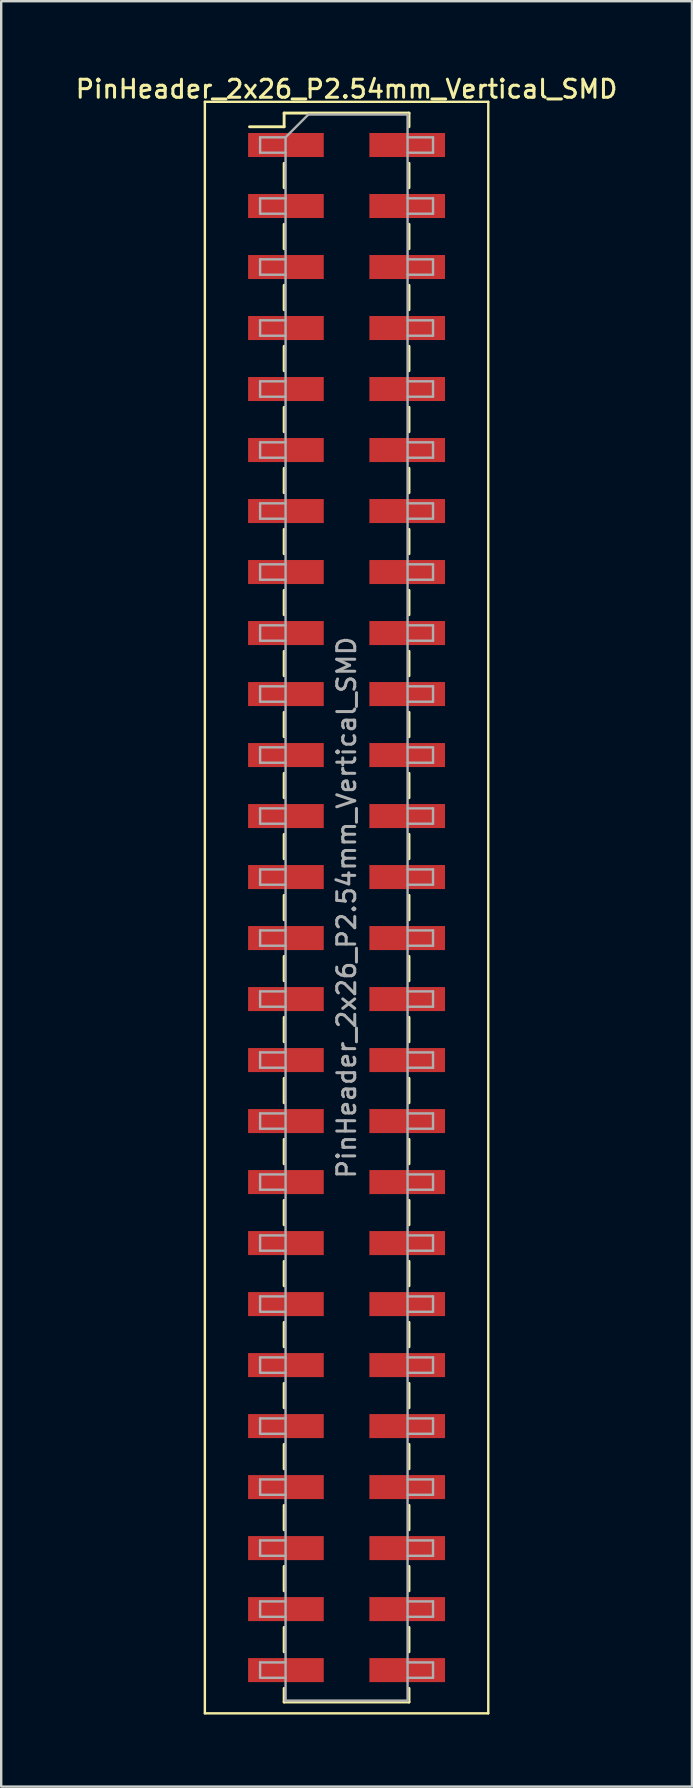
<source format=kicad_pcb>
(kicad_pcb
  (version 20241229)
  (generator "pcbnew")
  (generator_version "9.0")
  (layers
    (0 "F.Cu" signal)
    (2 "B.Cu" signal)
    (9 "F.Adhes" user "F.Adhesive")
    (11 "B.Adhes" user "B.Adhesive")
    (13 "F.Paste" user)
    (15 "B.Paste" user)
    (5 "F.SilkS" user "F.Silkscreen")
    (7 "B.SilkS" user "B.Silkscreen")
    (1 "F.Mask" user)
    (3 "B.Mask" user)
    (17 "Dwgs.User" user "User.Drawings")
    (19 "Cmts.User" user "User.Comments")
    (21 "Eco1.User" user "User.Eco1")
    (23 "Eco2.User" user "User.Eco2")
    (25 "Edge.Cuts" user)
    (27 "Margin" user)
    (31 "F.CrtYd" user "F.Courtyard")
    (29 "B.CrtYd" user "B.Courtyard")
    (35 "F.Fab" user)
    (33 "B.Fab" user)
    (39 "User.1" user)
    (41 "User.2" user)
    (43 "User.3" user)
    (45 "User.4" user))
  (footprint "PinHeader_2x26_P2.54mm_Vertical_SMD"
    (layer "F.Cu")
    (at 11.38 34.738)
    (property "Reference" "PinHeader_2x26_P2.54mm_Vertical_SMD" (at 0 -34.08 0) (layer "F.SilkS") (effects (font (size 0.75 0.75) (thickness 0.125))))
    (attr smd)
    (fp_line (start -5.9 -33.55) (end -5.9 33.55) (stroke (width 0.1) (type solid)) (layer "F.SilkS"))
    (fp_line (start -5.9 33.55) (end 5.9 33.55) (stroke (width 0.1) (type solid)) (layer "F.SilkS"))
    (fp_line (start -4.04 -32.51) (end -2.6 -32.51) (stroke (width 0.12) (type solid)) (layer "F.SilkS"))
    (fp_line (start -2.6 -33.08) (end -2.6 -32.51) (stroke (width 0.12) (type solid)) (layer "F.SilkS"))
    (fp_line (start -2.6 -33.08) (end 2.6 -33.08) (stroke (width 0.12) (type solid)) (layer "F.SilkS"))
    (fp_line (start -2.6 -30.99) (end -2.6 -29.97) (stroke (width 0.12) (type solid)) (layer "F.SilkS"))
    (fp_line (start -2.6 -28.45) (end -2.6 -27.43) (stroke (width 0.12) (type solid)) (layer "F.SilkS"))
    (fp_line (start -2.6 -25.91) (end -2.6 -24.89) (stroke (width 0.12) (type solid)) (layer "F.SilkS"))
    (fp_line (start -2.6 -23.37) (end -2.6 -22.35) (stroke (width 0.12) (type solid)) (layer "F.SilkS"))
    (fp_line (start -2.6 -20.83) (end -2.6 -19.81) (stroke (width 0.12) (type solid)) (layer "F.SilkS"))
    (fp_line (start -2.6 -18.29) (end -2.6 -17.27) (stroke (width 0.12) (type solid)) (layer "F.SilkS"))
    (fp_line (start -2.6 -15.75) (end -2.6 -14.73) (stroke (width 0.12) (type solid)) (layer "F.SilkS"))
    (fp_line (start -2.6 -13.21) (end -2.6 -12.19) (stroke (width 0.12) (type solid)) (layer "F.SilkS"))
    (fp_line (start -2.6 -10.67) (end -2.6 -9.65) (stroke (width 0.12) (type solid)) (layer "F.SilkS"))
    (fp_line (start -2.6 -8.13) (end -2.6 -7.11) (stroke (width 0.12) (type solid)) (layer "F.SilkS"))
    (fp_line (start -2.6 -5.59) (end -2.6 -4.57) (stroke (width 0.12) (type solid)) (layer "F.SilkS"))
    (fp_line (start -2.6 -3.05) (end -2.6 -2.03) (stroke (width 0.12) (type solid)) (layer "F.SilkS"))
    (fp_line (start -2.6 -0.51) (end -2.6 0.51) (stroke (width 0.12) (type solid)) (layer "F.SilkS"))
    (fp_line (start -2.6 2.03) (end -2.6 3.05) (stroke (width 0.12) (type solid)) (layer "F.SilkS"))
    (fp_line (start -2.6 4.57) (end -2.6 5.59) (stroke (width 0.12) (type solid)) (layer "F.SilkS"))
    (fp_line (start -2.6 7.11) (end -2.6 8.13) (stroke (width 0.12) (type solid)) (layer "F.SilkS"))
    (fp_line (start -2.6 9.65) (end -2.6 10.67) (stroke (width 0.12) (type solid)) (layer "F.SilkS"))
    (fp_line (start -2.6 12.19) (end -2.6 13.21) (stroke (width 0.12) (type solid)) (layer "F.SilkS"))
    (fp_line (start -2.6 14.73) (end -2.6 15.75) (stroke (width 0.12) (type solid)) (layer "F.SilkS"))
    (fp_line (start -2.6 17.27) (end -2.6 18.29) (stroke (width 0.12) (type solid)) (layer "F.SilkS"))
    (fp_line (start -2.6 19.81) (end -2.6 20.83) (stroke (width 0.12) (type solid)) (layer "F.SilkS"))
    (fp_line (start -2.6 22.35) (end -2.6 23.37) (stroke (width 0.12) (type solid)) (layer "F.SilkS"))
    (fp_line (start -2.6 24.89) (end -2.6 25.91) (stroke (width 0.12) (type solid)) (layer "F.SilkS"))
    (fp_line (start -2.6 27.43) (end -2.6 28.45) (stroke (width 0.12) (type solid)) (layer "F.SilkS"))
    (fp_line (start -2.6 29.97) (end -2.6 30.99) (stroke (width 0.12) (type solid)) (layer "F.SilkS"))
    (fp_line (start -2.6 32.51) (end -2.6 33.08) (stroke (width 0.12) (type solid)) (layer "F.SilkS"))
    (fp_line (start -2.6 33.08) (end 2.6 33.08) (stroke (width 0.12) (type solid)) (layer "F.SilkS"))
    (fp_line (start 2.6 -33.08) (end 2.6 -32.51) (stroke (width 0.12) (type solid)) (layer "F.SilkS"))
    (fp_line (start 2.6 -30.99) (end 2.6 -29.97) (stroke (width 0.12) (type solid)) (layer "F.SilkS"))
    (fp_line (start 2.6 -28.45) (end 2.6 -27.43) (stroke (width 0.12) (type solid)) (layer "F.SilkS"))
    (fp_line (start 2.6 -25.91) (end 2.6 -24.89) (stroke (width 0.12) (type solid)) (layer "F.SilkS"))
    (fp_line (start 2.6 -23.37) (end 2.6 -22.35) (stroke (width 0.12) (type solid)) (layer "F.SilkS"))
    (fp_line (start 2.6 -20.83) (end 2.6 -19.81) (stroke (width 0.12) (type solid)) (layer "F.SilkS"))
    (fp_line (start 2.6 -18.29) (end 2.6 -17.27) (stroke (width 0.12) (type solid)) (layer "F.SilkS"))
    (fp_line (start 2.6 -15.75) (end 2.6 -14.73) (stroke (width 0.12) (type solid)) (layer "F.SilkS"))
    (fp_line (start 2.6 -13.21) (end 2.6 -12.19) (stroke (width 0.12) (type solid)) (layer "F.SilkS"))
    (fp_line (start 2.6 -10.67) (end 2.6 -9.65) (stroke (width 0.12) (type solid)) (layer "F.SilkS"))
    (fp_line (start 2.6 -8.13) (end 2.6 -7.11) (stroke (width 0.12) (type solid)) (layer "F.SilkS"))
    (fp_line (start 2.6 -5.59) (end 2.6 -4.57) (stroke (width 0.12) (type solid)) (layer "F.SilkS"))
    (fp_line (start 2.6 -3.05) (end 2.6 -2.03) (stroke (width 0.12) (type solid)) (layer "F.SilkS"))
    (fp_line (start 2.6 -0.51) (end 2.6 0.51) (stroke (width 0.12) (type solid)) (layer "F.SilkS"))
    (fp_line (start 2.6 2.03) (end 2.6 3.05) (stroke (width 0.12) (type solid)) (layer "F.SilkS"))
    (fp_line (start 2.6 4.57) (end 2.6 5.59) (stroke (width 0.12) (type solid)) (layer "F.SilkS"))
    (fp_line (start 2.6 7.11) (end 2.6 8.13) (stroke (width 0.12) (type solid)) (layer "F.SilkS"))
    (fp_line (start 2.6 9.65) (end 2.6 10.67) (stroke (width 0.12) (type solid)) (layer "F.SilkS"))
    (fp_line (start 2.6 12.19) (end 2.6 13.21) (stroke (width 0.12) (type solid)) (layer "F.SilkS"))
    (fp_line (start 2.6 14.73) (end 2.6 15.75) (stroke (width 0.12) (type solid)) (layer "F.SilkS"))
    (fp_line (start 2.6 17.27) (end 2.6 18.29) (stroke (width 0.12) (type solid)) (layer "F.SilkS"))
    (fp_line (start 2.6 19.81) (end 2.6 20.83) (stroke (width 0.12) (type solid)) (layer "F.SilkS"))
    (fp_line (start 2.6 22.35) (end 2.6 23.37) (stroke (width 0.12) (type solid)) (layer "F.SilkS"))
    (fp_line (start 2.6 24.89) (end 2.6 25.91) (stroke (width 0.12) (type solid)) (layer "F.SilkS"))
    (fp_line (start 2.6 27.43) (end 2.6 28.45) (stroke (width 0.12) (type solid)) (layer "F.SilkS"))
    (fp_line (start 2.6 29.97) (end 2.6 30.99) (stroke (width 0.12) (type solid)) (layer "F.SilkS"))
    (fp_line (start 2.6 32.51) (end 2.6 33.08) (stroke (width 0.12) (type solid)) (layer "F.SilkS"))
    (fp_line (start 5.9 -33.55) (end -5.9 -33.55) (stroke (width 0.1) (type solid)) (layer "F.SilkS"))
    (fp_line (start 5.9 33.55) (end 5.9 -33.55) (stroke (width 0.1) (type solid)) (layer "F.SilkS"))
    (fp_line (start -3.6 -32.07) (end -3.6 -31.43) (stroke (width 0.1) (type solid)) (layer "F.Fab"))
    (fp_line (start -3.6 -31.43) (end -2.54 -31.43) (stroke (width 0.1) (type solid)) (layer "F.Fab"))
    (fp_line (start -3.6 -29.53) (end -3.6 -28.89) (stroke (width 0.1) (type solid)) (layer "F.Fab"))
    (fp_line (start -3.6 -28.89) (end -2.54 -28.89) (stroke (width 0.1) (type solid)) (layer "F.Fab"))
    (fp_line (start -3.6 -26.99) (end -3.6 -26.35) (stroke (width 0.1) (type solid)) (layer "F.Fab"))
    (fp_line (start -3.6 -26.35) (end -2.54 -26.35) (stroke (width 0.1) (type solid)) (layer "F.Fab"))
    (fp_line (start -3.6 -24.45) (end -3.6 -23.81) (stroke (width 0.1) (type solid)) (layer "F.Fab"))
    (fp_line (start -3.6 -23.81) (end -2.54 -23.81) (stroke (width 0.1) (type solid)) (layer "F.Fab"))
    (fp_line (start -3.6 -21.91) (end -3.6 -21.27) (stroke (width 0.1) (type solid)) (layer "F.Fab"))
    (fp_line (start -3.6 -21.27) (end -2.54 -21.27) (stroke (width 0.1) (type solid)) (layer "F.Fab"))
    (fp_line (start -3.6 -19.37) (end -3.6 -18.73) (stroke (width 0.1) (type solid)) (layer "F.Fab"))
    (fp_line (start -3.6 -18.73) (end -2.54 -18.73) (stroke (width 0.1) (type solid)) (layer "F.Fab"))
    (fp_line (start -3.6 -16.83) (end -3.6 -16.19) (stroke (width 0.1) (type solid)) (layer "F.Fab"))
    (fp_line (start -3.6 -16.19) (end -2.54 -16.19) (stroke (width 0.1) (type solid)) (layer "F.Fab"))
    (fp_line (start -3.6 -14.29) (end -3.6 -13.65) (stroke (width 0.1) (type solid)) (layer "F.Fab"))
    (fp_line (start -3.6 -13.65) (end -2.54 -13.65) (stroke (width 0.1) (type solid)) (layer "F.Fab"))
    (fp_line (start -3.6 -11.75) (end -3.6 -11.11) (stroke (width 0.1) (type solid)) (layer "F.Fab"))
    (fp_line (start -3.6 -11.11) (end -2.54 -11.11) (stroke (width 0.1) (type solid)) (layer "F.Fab"))
    (fp_line (start -3.6 -9.21) (end -3.6 -8.57) (stroke (width 0.1) (type solid)) (layer "F.Fab"))
    (fp_line (start -3.6 -8.57) (end -2.54 -8.57) (stroke (width 0.1) (type solid)) (layer "F.Fab"))
    (fp_line (start -3.6 -6.67) (end -3.6 -6.03) (stroke (width 0.1) (type solid)) (layer "F.Fab"))
    (fp_line (start -3.6 -6.03) (end -2.54 -6.03) (stroke (width 0.1) (type solid)) (layer "F.Fab"))
    (fp_line (start -3.6 -4.13) (end -3.6 -3.49) (stroke (width 0.1) (type solid)) (layer "F.Fab"))
    (fp_line (start -3.6 -3.49) (end -2.54 -3.49) (stroke (width 0.1) (type solid)) (layer "F.Fab"))
    (fp_line (start -3.6 -1.59) (end -3.6 -0.95) (stroke (width 0.1) (type solid)) (layer "F.Fab"))
    (fp_line (start -3.6 -0.95) (end -2.54 -0.95) (stroke (width 0.1) (type solid)) (layer "F.Fab"))
    (fp_line (start -3.6 0.95) (end -3.6 1.59) (stroke (width 0.1) (type solid)) (layer "F.Fab"))
    (fp_line (start -3.6 1.59) (end -2.54 1.59) (stroke (width 0.1) (type solid)) (layer "F.Fab"))
    (fp_line (start -3.6 3.49) (end -3.6 4.13) (stroke (width 0.1) (type solid)) (layer "F.Fab"))
    (fp_line (start -3.6 4.13) (end -2.54 4.13) (stroke (width 0.1) (type solid)) (layer "F.Fab"))
    (fp_line (start -3.6 6.03) (end -3.6 6.67) (stroke (width 0.1) (type solid)) (layer "F.Fab"))
    (fp_line (start -3.6 6.67) (end -2.54 6.67) (stroke (width 0.1) (type solid)) (layer "F.Fab"))
    (fp_line (start -3.6 8.57) (end -3.6 9.21) (stroke (width 0.1) (type solid)) (layer "F.Fab"))
    (fp_line (start -3.6 9.21) (end -2.54 9.21) (stroke (width 0.1) (type solid)) (layer "F.Fab"))
    (fp_line (start -3.6 11.11) (end -3.6 11.75) (stroke (width 0.1) (type solid)) (layer "F.Fab"))
    (fp_line (start -3.6 11.75) (end -2.54 11.75) (stroke (width 0.1) (type solid)) (layer "F.Fab"))
    (fp_line (start -3.6 13.65) (end -3.6 14.29) (stroke (width 0.1) (type solid)) (layer "F.Fab"))
    (fp_line (start -3.6 14.29) (end -2.54 14.29) (stroke (width 0.1) (type solid)) (layer "F.Fab"))
    (fp_line (start -3.6 16.19) (end -3.6 16.83) (stroke (width 0.1) (type solid)) (layer "F.Fab"))
    (fp_line (start -3.6 16.83) (end -2.54 16.83) (stroke (width 0.1) (type solid)) (layer "F.Fab"))
    (fp_line (start -3.6 18.73) (end -3.6 19.37) (stroke (width 0.1) (type solid)) (layer "F.Fab"))
    (fp_line (start -3.6 19.37) (end -2.54 19.37) (stroke (width 0.1) (type solid)) (layer "F.Fab"))
    (fp_line (start -3.6 21.27) (end -3.6 21.91) (stroke (width 0.1) (type solid)) (layer "F.Fab"))
    (fp_line (start -3.6 21.91) (end -2.54 21.91) (stroke (width 0.1) (type solid)) (layer "F.Fab"))
    (fp_line (start -3.6 23.81) (end -3.6 24.45) (stroke (width 0.1) (type solid)) (layer "F.Fab"))
    (fp_line (start -3.6 24.45) (end -2.54 24.45) (stroke (width 0.1) (type solid)) (layer "F.Fab"))
    (fp_line (start -3.6 26.35) (end -3.6 26.99) (stroke (width 0.1) (type solid)) (layer "F.Fab"))
    (fp_line (start -3.6 26.99) (end -2.54 26.99) (stroke (width 0.1) (type solid)) (layer "F.Fab"))
    (fp_line (start -3.6 28.89) (end -3.6 29.53) (stroke (width 0.1) (type solid)) (layer "F.Fab"))
    (fp_line (start -3.6 29.53) (end -2.54 29.53) (stroke (width 0.1) (type solid)) (layer "F.Fab"))
    (fp_line (start -3.6 31.43) (end -3.6 32.07) (stroke (width 0.1) (type solid)) (layer "F.Fab"))
    (fp_line (start -3.6 32.07) (end -2.54 32.07) (stroke (width 0.1) (type solid)) (layer "F.Fab"))
    (fp_line (start -2.54 -32.07) (end -3.6 -32.07) (stroke (width 0.1) (type solid)) (layer "F.Fab"))
    (fp_line (start -2.54 -32.07) (end -1.59 -33.02) (stroke (width 0.1) (type solid)) (layer "F.Fab"))
    (fp_line (start -2.54 -29.53) (end -3.6 -29.53) (stroke (width 0.1) (type solid)) (layer "F.Fab"))
    (fp_line (start -2.54 -26.99) (end -3.6 -26.99) (stroke (width 0.1) (type solid)) (layer "F.Fab"))
    (fp_line (start -2.54 -24.45) (end -3.6 -24.45) (stroke (width 0.1) (type solid)) (layer "F.Fab"))
    (fp_line (start -2.54 -21.91) (end -3.6 -21.91) (stroke (width 0.1) (type solid)) (layer "F.Fab"))
    (fp_line (start -2.54 -19.37) (end -3.6 -19.37) (stroke (width 0.1) (type solid)) (layer "F.Fab"))
    (fp_line (start -2.54 -16.83) (end -3.6 -16.83) (stroke (width 0.1) (type solid)) (layer "F.Fab"))
    (fp_line (start -2.54 -14.29) (end -3.6 -14.29) (stroke (width 0.1) (type solid)) (layer "F.Fab"))
    (fp_line (start -2.54 -11.75) (end -3.6 -11.75) (stroke (width 0.1) (type solid)) (layer "F.Fab"))
    (fp_line (start -2.54 -9.21) (end -3.6 -9.21) (stroke (width 0.1) (type solid)) (layer "F.Fab"))
    (fp_line (start -2.54 -6.67) (end -3.6 -6.67) (stroke (width 0.1) (type solid)) (layer "F.Fab"))
    (fp_line (start -2.54 -4.13) (end -3.6 -4.13) (stroke (width 0.1) (type solid)) (layer "F.Fab"))
    (fp_line (start -2.54 -1.59) (end -3.6 -1.59) (stroke (width 0.1) (type solid)) (layer "F.Fab"))
    (fp_line (start -2.54 0.95) (end -3.6 0.95) (stroke (width 0.1) (type solid)) (layer "F.Fab"))
    (fp_line (start -2.54 3.49) (end -3.6 3.49) (stroke (width 0.1) (type solid)) (layer "F.Fab"))
    (fp_line (start -2.54 6.03) (end -3.6 6.03) (stroke (width 0.1) (type solid)) (layer "F.Fab"))
    (fp_line (start -2.54 8.57) (end -3.6 8.57) (stroke (width 0.1) (type solid)) (layer "F.Fab"))
    (fp_line (start -2.54 11.11) (end -3.6 11.11) (stroke (width 0.1) (type solid)) (layer "F.Fab"))
    (fp_line (start -2.54 13.65) (end -3.6 13.65) (stroke (width 0.1) (type solid)) (layer "F.Fab"))
    (fp_line (start -2.54 16.19) (end -3.6 16.19) (stroke (width 0.1) (type solid)) (layer "F.Fab"))
    (fp_line (start -2.54 18.73) (end -3.6 18.73) (stroke (width 0.1) (type solid)) (layer "F.Fab"))
    (fp_line (start -2.54 21.27) (end -3.6 21.27) (stroke (width 0.1) (type solid)) (layer "F.Fab"))
    (fp_line (start -2.54 23.81) (end -3.6 23.81) (stroke (width 0.1) (type solid)) (layer "F.Fab"))
    (fp_line (start -2.54 26.35) (end -3.6 26.35) (stroke (width 0.1) (type solid)) (layer "F.Fab"))
    (fp_line (start -2.54 28.89) (end -3.6 28.89) (stroke (width 0.1) (type solid)) (layer "F.Fab"))
    (fp_line (start -2.54 31.43) (end -3.6 31.43) (stroke (width 0.1) (type solid)) (layer "F.Fab"))
    (fp_line (start -2.54 33.02) (end -2.54 -32.07) (stroke (width 0.1) (type solid)) (layer "F.Fab"))
    (fp_line (start -1.59 -33.02) (end 2.54 -33.02) (stroke (width 0.1) (type solid)) (layer "F.Fab"))
    (fp_line (start 2.54 -33.02) (end 2.54 33.02) (stroke (width 0.1) (type solid)) (layer "F.Fab"))
    (fp_line (start 2.54 -32.07) (end 3.6 -32.07) (stroke (width 0.1) (type solid)) (layer "F.Fab"))
    (fp_line (start 2.54 -29.53) (end 3.6 -29.53) (stroke (width 0.1) (type solid)) (layer "F.Fab"))
    (fp_line (start 2.54 -26.99) (end 3.6 -26.99) (stroke (width 0.1) (type solid)) (layer "F.Fab"))
    (fp_line (start 2.54 -24.45) (end 3.6 -24.45) (stroke (width 0.1) (type solid)) (layer "F.Fab"))
    (fp_line (start 2.54 -21.91) (end 3.6 -21.91) (stroke (width 0.1) (type solid)) (layer "F.Fab"))
    (fp_line (start 2.54 -19.37) (end 3.6 -19.37) (stroke (width 0.1) (type solid)) (layer "F.Fab"))
    (fp_line (start 2.54 -16.83) (end 3.6 -16.83) (stroke (width 0.1) (type solid)) (layer "F.Fab"))
    (fp_line (start 2.54 -14.29) (end 3.6 -14.29) (stroke (width 0.1) (type solid)) (layer "F.Fab"))
    (fp_line (start 2.54 -11.75) (end 3.6 -11.75) (stroke (width 0.1) (type solid)) (layer "F.Fab"))
    (fp_line (start 2.54 -9.21) (end 3.6 -9.21) (stroke (width 0.1) (type solid)) (layer "F.Fab"))
    (fp_line (start 2.54 -6.67) (end 3.6 -6.67) (stroke (width 0.1) (type solid)) (layer "F.Fab"))
    (fp_line (start 2.54 -4.13) (end 3.6 -4.13) (stroke (width 0.1) (type solid)) (layer "F.Fab"))
    (fp_line (start 2.54 -1.59) (end 3.6 -1.59) (stroke (width 0.1) (type solid)) (layer "F.Fab"))
    (fp_line (start 2.54 0.95) (end 3.6 0.95) (stroke (width 0.1) (type solid)) (layer "F.Fab"))
    (fp_line (start 2.54 3.49) (end 3.6 3.49) (stroke (width 0.1) (type solid)) (layer "F.Fab"))
    (fp_line (start 2.54 6.03) (end 3.6 6.03) (stroke (width 0.1) (type solid)) (layer "F.Fab"))
    (fp_line (start 2.54 8.57) (end 3.6 8.57) (stroke (width 0.1) (type solid)) (layer "F.Fab"))
    (fp_line (start 2.54 11.11) (end 3.6 11.11) (stroke (width 0.1) (type solid)) (layer "F.Fab"))
    (fp_line (start 2.54 13.65) (end 3.6 13.65) (stroke (width 0.1) (type solid)) (layer "F.Fab"))
    (fp_line (start 2.54 16.19) (end 3.6 16.19) (stroke (width 0.1) (type solid)) (layer "F.Fab"))
    (fp_line (start 2.54 18.73) (end 3.6 18.73) (stroke (width 0.1) (type solid)) (layer "F.Fab"))
    (fp_line (start 2.54 21.27) (end 3.6 21.27) (stroke (width 0.1) (type solid)) (layer "F.Fab"))
    (fp_line (start 2.54 23.81) (end 3.6 23.81) (stroke (width 0.1) (type solid)) (layer "F.Fab"))
    (fp_line (start 2.54 26.35) (end 3.6 26.35) (stroke (width 0.1) (type solid)) (layer "F.Fab"))
    (fp_line (start 2.54 28.89) (end 3.6 28.89) (stroke (width 0.1) (type solid)) (layer "F.Fab"))
    (fp_line (start 2.54 31.43) (end 3.6 31.43) (stroke (width 0.1) (type solid)) (layer "F.Fab"))
    (fp_line (start 2.54 33.02) (end -2.54 33.02) (stroke (width 0.1) (type solid)) (layer "F.Fab"))
    (fp_line (start 3.6 -32.07) (end 3.6 -31.43) (stroke (width 0.1) (type solid)) (layer "F.Fab"))
    (fp_line (start 3.6 -31.43) (end 2.54 -31.43) (stroke (width 0.1) (type solid)) (layer "F.Fab"))
    (fp_line (start 3.6 -29.53) (end 3.6 -28.89) (stroke (width 0.1) (type solid)) (layer "F.Fab"))
    (fp_line (start 3.6 -28.89) (end 2.54 -28.89) (stroke (width 0.1) (type solid)) (layer "F.Fab"))
    (fp_line (start 3.6 -26.99) (end 3.6 -26.35) (stroke (width 0.1) (type solid)) (layer "F.Fab"))
    (fp_line (start 3.6 -26.35) (end 2.54 -26.35) (stroke (width 0.1) (type solid)) (layer "F.Fab"))
    (fp_line (start 3.6 -24.45) (end 3.6 -23.81) (stroke (width 0.1) (type solid)) (layer "F.Fab"))
    (fp_line (start 3.6 -23.81) (end 2.54 -23.81) (stroke (width 0.1) (type solid)) (layer "F.Fab"))
    (fp_line (start 3.6 -21.91) (end 3.6 -21.27) (stroke (width 0.1) (type solid)) (layer "F.Fab"))
    (fp_line (start 3.6 -21.27) (end 2.54 -21.27) (stroke (width 0.1) (type solid)) (layer "F.Fab"))
    (fp_line (start 3.6 -19.37) (end 3.6 -18.73) (stroke (width 0.1) (type solid)) (layer "F.Fab"))
    (fp_line (start 3.6 -18.73) (end 2.54 -18.73) (stroke (width 0.1) (type solid)) (layer "F.Fab"))
    (fp_line (start 3.6 -16.83) (end 3.6 -16.19) (stroke (width 0.1) (type solid)) (layer "F.Fab"))
    (fp_line (start 3.6 -16.19) (end 2.54 -16.19) (stroke (width 0.1) (type solid)) (layer "F.Fab"))
    (fp_line (start 3.6 -14.29) (end 3.6 -13.65) (stroke (width 0.1) (type solid)) (layer "F.Fab"))
    (fp_line (start 3.6 -13.65) (end 2.54 -13.65) (stroke (width 0.1) (type solid)) (layer "F.Fab"))
    (fp_line (start 3.6 -11.75) (end 3.6 -11.11) (stroke (width 0.1) (type solid)) (layer "F.Fab"))
    (fp_line (start 3.6 -11.11) (end 2.54 -11.11) (stroke (width 0.1) (type solid)) (layer "F.Fab"))
    (fp_line (start 3.6 -9.21) (end 3.6 -8.57) (stroke (width 0.1) (type solid)) (layer "F.Fab"))
    (fp_line (start 3.6 -8.57) (end 2.54 -8.57) (stroke (width 0.1) (type solid)) (layer "F.Fab"))
    (fp_line (start 3.6 -6.67) (end 3.6 -6.03) (stroke (width 0.1) (type solid)) (layer "F.Fab"))
    (fp_line (start 3.6 -6.03) (end 2.54 -6.03) (stroke (width 0.1) (type solid)) (layer "F.Fab"))
    (fp_line (start 3.6 -4.13) (end 3.6 -3.49) (stroke (width 0.1) (type solid)) (layer "F.Fab"))
    (fp_line (start 3.6 -3.49) (end 2.54 -3.49) (stroke (width 0.1) (type solid)) (layer "F.Fab"))
    (fp_line (start 3.6 -1.59) (end 3.6 -0.95) (stroke (width 0.1) (type solid)) (layer "F.Fab"))
    (fp_line (start 3.6 -0.95) (end 2.54 -0.95) (stroke (width 0.1) (type solid)) (layer "F.Fab"))
    (fp_line (start 3.6 0.95) (end 3.6 1.59) (stroke (width 0.1) (type solid)) (layer "F.Fab"))
    (fp_line (start 3.6 1.59) (end 2.54 1.59) (stroke (width 0.1) (type solid)) (layer "F.Fab"))
    (fp_line (start 3.6 3.49) (end 3.6 4.13) (stroke (width 0.1) (type solid)) (layer "F.Fab"))
    (fp_line (start 3.6 4.13) (end 2.54 4.13) (stroke (width 0.1) (type solid)) (layer "F.Fab"))
    (fp_line (start 3.6 6.03) (end 3.6 6.67) (stroke (width 0.1) (type solid)) (layer "F.Fab"))
    (fp_line (start 3.6 6.67) (end 2.54 6.67) (stroke (width 0.1) (type solid)) (layer "F.Fab"))
    (fp_line (start 3.6 8.57) (end 3.6 9.21) (stroke (width 0.1) (type solid)) (layer "F.Fab"))
    (fp_line (start 3.6 9.21) (end 2.54 9.21) (stroke (width 0.1) (type solid)) (layer "F.Fab"))
    (fp_line (start 3.6 11.11) (end 3.6 11.75) (stroke (width 0.1) (type solid)) (layer "F.Fab"))
    (fp_line (start 3.6 11.75) (end 2.54 11.75) (stroke (width 0.1) (type solid)) (layer "F.Fab"))
    (fp_line (start 3.6 13.65) (end 3.6 14.29) (stroke (width 0.1) (type solid)) (layer "F.Fab"))
    (fp_line (start 3.6 14.29) (end 2.54 14.29) (stroke (width 0.1) (type solid)) (layer "F.Fab"))
    (fp_line (start 3.6 16.19) (end 3.6 16.83) (stroke (width 0.1) (type solid)) (layer "F.Fab"))
    (fp_line (start 3.6 16.83) (end 2.54 16.83) (stroke (width 0.1) (type solid)) (layer "F.Fab"))
    (fp_line (start 3.6 18.73) (end 3.6 19.37) (stroke (width 0.1) (type solid)) (layer "F.Fab"))
    (fp_line (start 3.6 19.37) (end 2.54 19.37) (stroke (width 0.1) (type solid)) (layer "F.Fab"))
    (fp_line (start 3.6 21.27) (end 3.6 21.91) (stroke (width 0.1) (type solid)) (layer "F.Fab"))
    (fp_line (start 3.6 21.91) (end 2.54 21.91) (stroke (width 0.1) (type solid)) (layer "F.Fab"))
    (fp_line (start 3.6 23.81) (end 3.6 24.45) (stroke (width 0.1) (type solid)) (layer "F.Fab"))
    (fp_line (start 3.6 24.45) (end 2.54 24.45) (stroke (width 0.1) (type solid)) (layer "F.Fab"))
    (fp_line (start 3.6 26.35) (end 3.6 26.99) (stroke (width 0.1) (type solid)) (layer "F.Fab"))
    (fp_line (start 3.6 26.99) (end 2.54 26.99) (stroke (width 0.1) (type solid)) (layer "F.Fab"))
    (fp_line (start 3.6 28.89) (end 3.6 29.53) (stroke (width 0.1) (type solid)) (layer "F.Fab"))
    (fp_line (start 3.6 29.53) (end 2.54 29.53) (stroke (width 0.1) (type solid)) (layer "F.Fab"))
    (fp_line (start 3.6 31.43) (end 3.6 32.07) (stroke (width 0.1) (type solid)) (layer "F.Fab"))
    (fp_line (start 3.6 32.07) (end 2.54 32.07) (stroke (width 0.1) (type solid)) (layer "F.Fab"))
    (fp_text user "${REFERENCE}" (at 0 0 90) (layer "F.Fab") (effects (font (size 0.75 0.75) (thickness 0.125))))
    (pad "1" smd rect (at -2.525 -31.75) (size 3.15 1) (layers "F.Cu" "F.Mask" "F.Paste"))
    (pad "2" smd rect (at 2.525 -31.75) (size 3.15 1) (layers "F.Cu" "F.Mask" "F.Paste"))
    (pad "3" smd rect (at -2.525 -29.21) (size 3.15 1) (layers "F.Cu" "F.Mask" "F.Paste"))
    (pad "4" smd rect (at 2.525 -29.21) (size 3.15 1) (layers "F.Cu" "F.Mask" "F.Paste"))
    (pad "5" smd rect (at -2.525 -26.67) (size 3.15 1) (layers "F.Cu" "F.Mask" "F.Paste"))
    (pad "6" smd rect (at 2.525 -26.67) (size 3.15 1) (layers "F.Cu" "F.Mask" "F.Paste"))
    (pad "7" smd rect (at -2.525 -24.13) (size 3.15 1) (layers "F.Cu" "F.Mask" "F.Paste"))
    (pad "8" smd rect (at 2.525 -24.13) (size 3.15 1) (layers "F.Cu" "F.Mask" "F.Paste"))
    (pad "9" smd rect (at -2.525 -21.59) (size 3.15 1) (layers "F.Cu" "F.Mask" "F.Paste"))
    (pad "10" smd rect (at 2.525 -21.59) (size 3.15 1) (layers "F.Cu" "F.Mask" "F.Paste"))
    (pad "11" smd rect (at -2.525 -19.05) (size 3.15 1) (layers "F.Cu" "F.Mask" "F.Paste"))
    (pad "12" smd rect (at 2.525 -19.05) (size 3.15 1) (layers "F.Cu" "F.Mask" "F.Paste"))
    (pad "13" smd rect (at -2.525 -16.51) (size 3.15 1) (layers "F.Cu" "F.Mask" "F.Paste"))
    (pad "14" smd rect (at 2.525 -16.51) (size 3.15 1) (layers "F.Cu" "F.Mask" "F.Paste"))
    (pad "15" smd rect (at -2.525 -13.97) (size 3.15 1) (layers "F.Cu" "F.Mask" "F.Paste"))
    (pad "16" smd rect (at 2.525 -13.97) (size 3.15 1) (layers "F.Cu" "F.Mask" "F.Paste"))
    (pad "17" smd rect (at -2.525 -11.43) (size 3.15 1) (layers "F.Cu" "F.Mask" "F.Paste"))
    (pad "18" smd rect (at 2.525 -11.43) (size 3.15 1) (layers "F.Cu" "F.Mask" "F.Paste"))
    (pad "19" smd rect (at -2.525 -8.89) (size 3.15 1) (layers "F.Cu" "F.Mask" "F.Paste"))
    (pad "20" smd rect (at 2.525 -8.89) (size 3.15 1) (layers "F.Cu" "F.Mask" "F.Paste"))
    (pad "21" smd rect (at -2.525 -6.35) (size 3.15 1) (layers "F.Cu" "F.Mask" "F.Paste"))
    (pad "22" smd rect (at 2.525 -6.35) (size 3.15 1) (layers "F.Cu" "F.Mask" "F.Paste"))
    (pad "23" smd rect (at -2.525 -3.81) (size 3.15 1) (layers "F.Cu" "F.Mask" "F.Paste"))
    (pad "24" smd rect (at 2.525 -3.81) (size 3.15 1) (layers "F.Cu" "F.Mask" "F.Paste"))
    (pad "25" smd rect (at -2.525 -1.27) (size 3.15 1) (layers "F.Cu" "F.Mask" "F.Paste"))
    (pad "26" smd rect (at 2.525 -1.27) (size 3.15 1) (layers "F.Cu" "F.Mask" "F.Paste"))
    (pad "27" smd rect (at -2.525 1.27) (size 3.15 1) (layers "F.Cu" "F.Mask" "F.Paste"))
    (pad "28" smd rect (at 2.525 1.27) (size 3.15 1) (layers "F.Cu" "F.Mask" "F.Paste"))
    (pad "29" smd rect (at -2.525 3.81) (size 3.15 1) (layers "F.Cu" "F.Mask" "F.Paste"))
    (pad "30" smd rect (at 2.525 3.81) (size 3.15 1) (layers "F.Cu" "F.Mask" "F.Paste"))
    (pad "31" smd rect (at -2.525 6.35) (size 3.15 1) (layers "F.Cu" "F.Mask" "F.Paste"))
    (pad "32" smd rect (at 2.525 6.35) (size 3.15 1) (layers "F.Cu" "F.Mask" "F.Paste"))
    (pad "33" smd rect (at -2.525 8.89) (size 3.15 1) (layers "F.Cu" "F.Mask" "F.Paste"))
    (pad "34" smd rect (at 2.525 8.89) (size 3.15 1) (layers "F.Cu" "F.Mask" "F.Paste"))
    (pad "35" smd rect (at -2.525 11.43) (size 3.15 1) (layers "F.Cu" "F.Mask" "F.Paste"))
    (pad "36" smd rect (at 2.525 11.43) (size 3.15 1) (layers "F.Cu" "F.Mask" "F.Paste"))
    (pad "37" smd rect (at -2.525 13.97) (size 3.15 1) (layers "F.Cu" "F.Mask" "F.Paste"))
    (pad "38" smd rect (at 2.525 13.97) (size 3.15 1) (layers "F.Cu" "F.Mask" "F.Paste"))
    (pad "39" smd rect (at -2.525 16.51) (size 3.15 1) (layers "F.Cu" "F.Mask" "F.Paste"))
    (pad "40" smd rect (at 2.525 16.51) (size 3.15 1) (layers "F.Cu" "F.Mask" "F.Paste"))
    (pad "41" smd rect (at -2.525 19.05) (size 3.15 1) (layers "F.Cu" "F.Mask" "F.Paste"))
    (pad "42" smd rect (at 2.525 19.05) (size 3.15 1) (layers "F.Cu" "F.Mask" "F.Paste"))
    (pad "43" smd rect (at -2.525 21.59) (size 3.15 1) (layers "F.Cu" "F.Mask" "F.Paste"))
    (pad "44" smd rect (at 2.525 21.59) (size 3.15 1) (layers "F.Cu" "F.Mask" "F.Paste"))
    (pad "45" smd rect (at -2.525 24.13) (size 3.15 1) (layers "F.Cu" "F.Mask" "F.Paste"))
    (pad "46" smd rect (at 2.525 24.13) (size 3.15 1) (layers "F.Cu" "F.Mask" "F.Paste"))
    (pad "47" smd rect (at -2.525 26.67) (size 3.15 1) (layers "F.Cu" "F.Mask" "F.Paste"))
    (pad "48" smd rect (at 2.525 26.67) (size 3.15 1) (layers "F.Cu" "F.Mask" "F.Paste"))
    (pad "49" smd rect (at -2.525 29.21) (size 3.15 1) (layers "F.Cu" "F.Mask" "F.Paste"))
    (pad "50" smd rect (at 2.525 29.21) (size 3.15 1) (layers "F.Cu" "F.Mask" "F.Paste"))
    (pad "51" smd rect (at -2.525 31.75) (size 3.15 1) (layers "F.Cu" "F.Mask" "F.Paste"))
    (pad "52" smd rect (at 2.525 31.75) (size 3.15 1) (layers "F.Cu" "F.Mask" "F.Paste")))
  (gr_rect
    (start -3 -3)
    (end 25.761 71.338)
    (stroke (width 0.1) (type default))
    (fill no)
    (layer "Edge.Cuts")))
</source>
